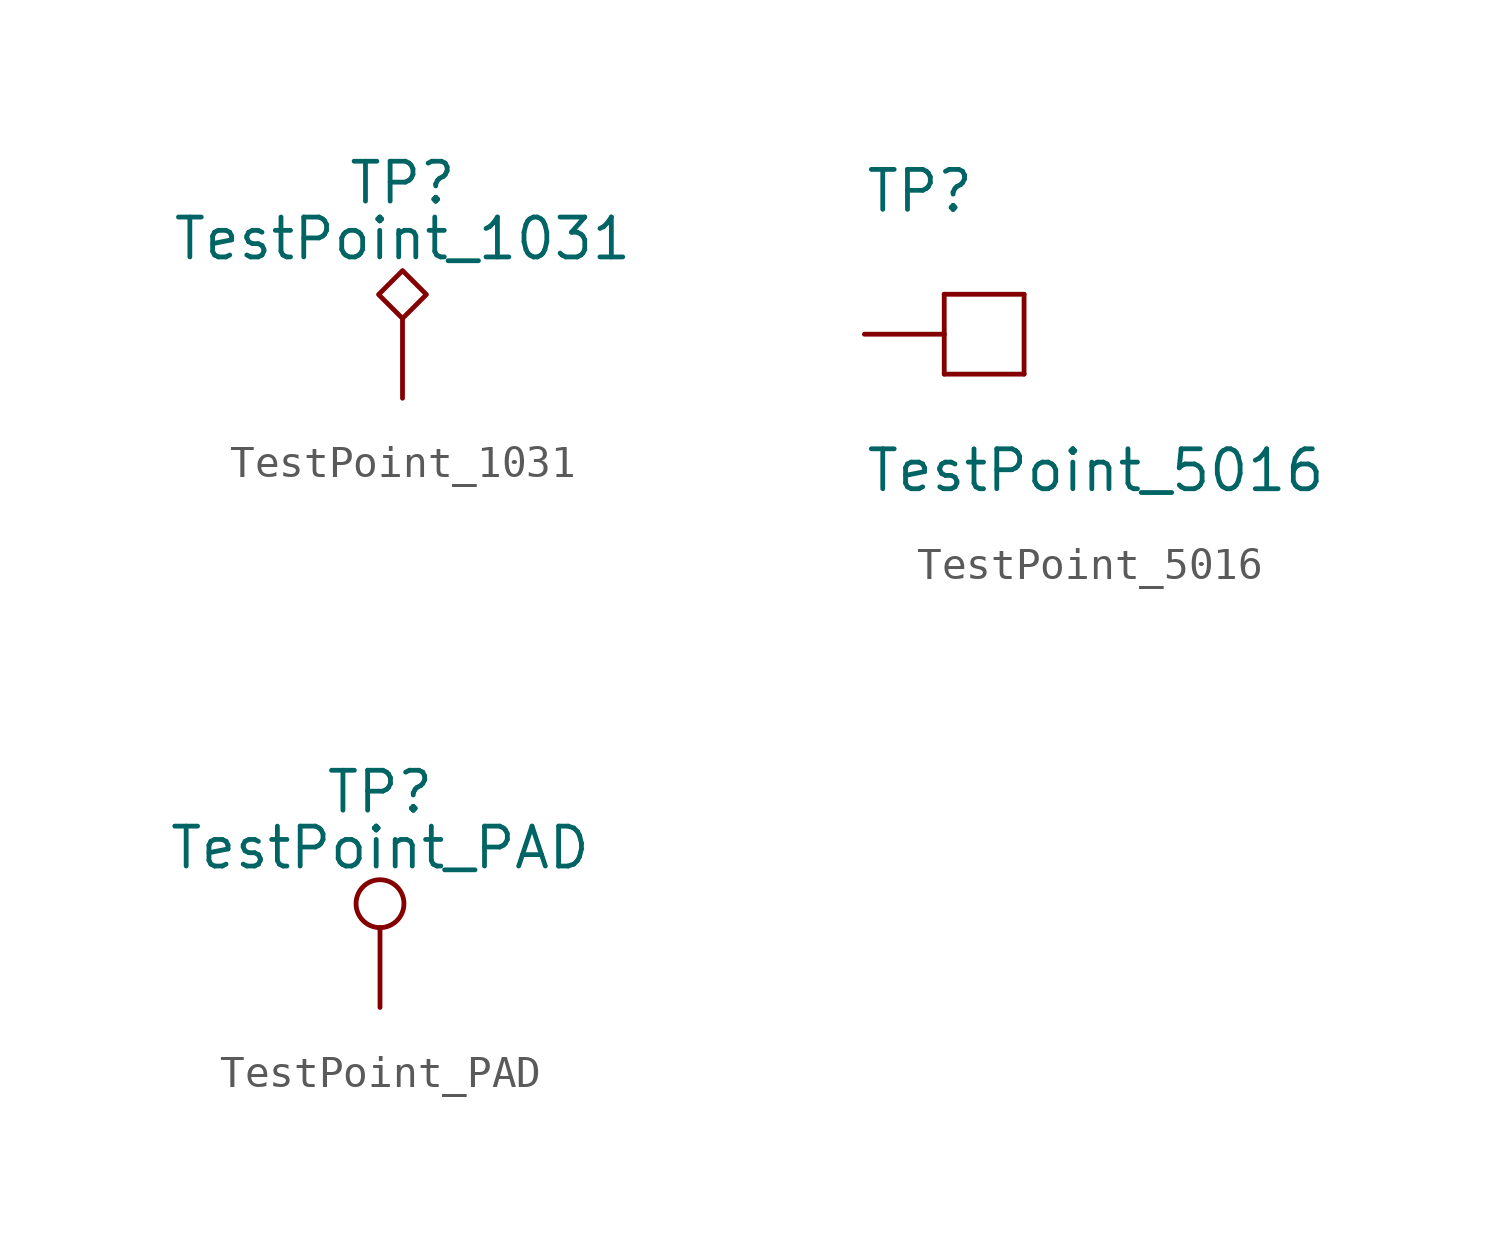
<source format=kicad_sym>
(kicad_symbol_lib
  (version 20231120)
  (generator "kicad_symbol_editor")
  (generator_version "8.0")
  (symbol "TestPoint_1031"
    (pin_numbers hide)
    (pin_names
      (offset 0.762) hide)
    (property "Reference" "TP"
      (at 0 6.858 0)
      (effects (font (size 1.27 1.27))))
    (property "Value" "TestPoint_1031"
      (at 0 5.08 0)
      (effects (font (size 1.27 1.27))))
    (symbol "TestPoint_1031_0_1"
      (polyline (pts (xy 0 2.54) (xy -0.762 3.302) (xy 0 4.064) (xy 0.762 3.302) (xy 0 2.54)) (stroke (width 0) (type default)) (fill (type none))))
    (symbol "TestPoint_1031_1_1"
      (pin passive line (at 0 0 90) (length 2.54) (name "1" (effects (font (size 1.27 1.27)))) (number "1" (effects (font (size 1.27 1.27)))))))
  (symbol "TestPoint_5016"
    (pin_numbers hide)
    (pin_names
      (offset 1.016) hide)
    (property "Reference" "TP"
      (at -2.54 3.81 0)
      (effects (font (size 1.27 1.27)) (justify left bottom)))
    (property "Value" "TestPoint_5016"
      (at -2.54 -5.08 0)
      (effects (font (size 1.27 1.27)) (justify left bottom)))
    (symbol "TestPoint_5016_0_0"
      (pin passive line (at -2.54 0 0) (length 2.54) (name "1" (effects (font (size 1.016 1.016)))) (number "1" (effects (font (size 1.016 1.016))))))
    (symbol "TestPoint_5016_0_1"
      (rectangle (start 0 -1.27) (end 0 0) (stroke (width 0) (type default)) (fill (type none)))
      (rectangle (start 0 0) (end 0 1.27) (stroke (width 0) (type default)) (fill (type none)))
      (rectangle (start 0 1.27) (end 0 1.27) (stroke (width 0) (type default)) (fill (type none)))
      (rectangle (start 0 1.27) (end 2.54 1.27) (stroke (width 0) (type default)) (fill (type none)))
      (rectangle (start 2.54 -1.27) (end 0 -1.27) (stroke (width 0) (type default)) (fill (type none)))
      (rectangle (start 2.54 1.27) (end 2.54 -1.27) (stroke (width 0) (type default)) (fill (type none)))))
  (symbol "TestPoint_PAD"
    (pin_numbers hide)
    (pin_names
      (offset 0.762) hide)
    (property "Reference" "TP"
      (at 0 6.858 0)
      (effects (font (size 1.27 1.27))))
    (property "Value" "TestPoint_PAD"
      (at 0 5.08 0)
      (effects (font (size 1.27 1.27))))
    (symbol "TestPoint_PAD_0_1"
      (circle (center 0 3.302) (radius 0.762) (stroke (width 0) (type default)) (fill (type none))))
    (symbol "TestPoint_PAD_1_1"
      (pin passive line (at 0 0 90) (length 2.54) (name "1" (effects (font (size 1.27 1.27)))) (number "1" (effects (font (size 1.27 1.27))))))))
</source>
